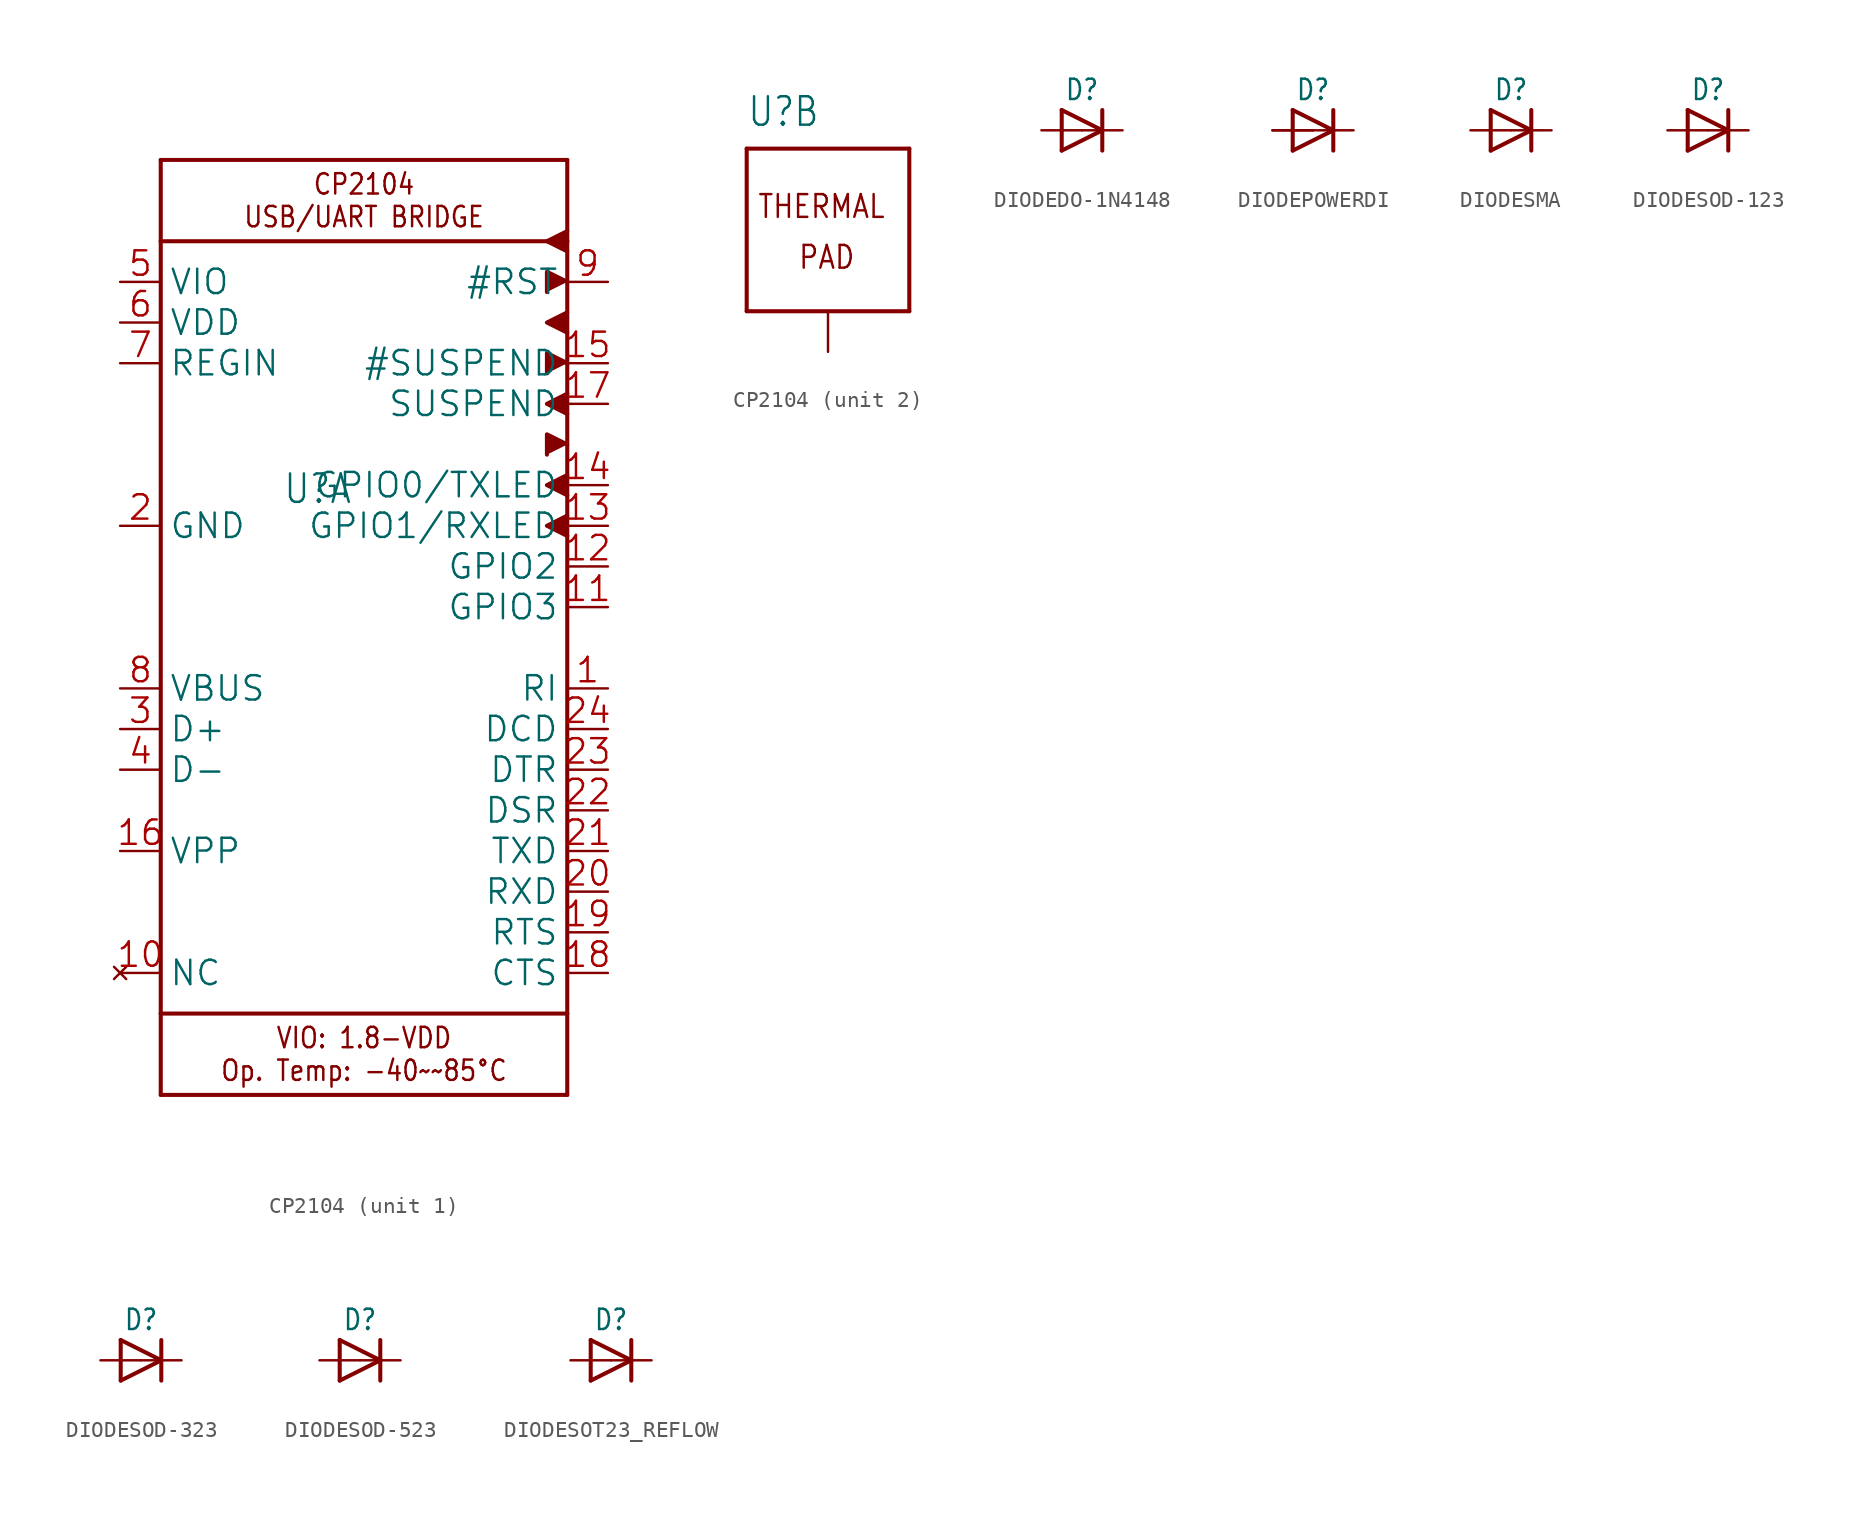
<source format=kicad_sym>
(kicad_symbol_lib
  (version 20241209)
  (generator "kicad_symbol_editor")
  (generator_version "9.0")
  (symbol "CP2104"
    (property "Reference" "U"
      (at -5.08 6.35 0)
      (effects (font (size 1.778 1.511)) (justify left bottom)))
    (property "ki_locked" ""
      (at 0 0 0)
      (effects (font (size 1.27 1.27))))
    (symbol "CP2104_1_0"
      (polyline (pts (xy -12.7 27.94) (xy 12.7 27.94)) (stroke (width 0.254) (type solid)) (fill (type none)))
      (polyline (pts (xy -12.7 22.86) (xy -12.7 27.94)) (stroke (width 0.254) (type solid)) (fill (type none)))
      (polyline (pts (xy -12.7 22.86) (xy 12.7 22.86)) (stroke (width 0.254) (type solid)) (fill (type none)))
      (polyline (pts (xy -12.7 -25.4) (xy -12.7 22.86)) (stroke (width 0.254) (type solid)) (fill (type none)))
      (polyline (pts (xy -12.7 -25.4) (xy -12.7 -30.48)) (stroke (width 0.254) (type solid)) (fill (type none)))
      (polyline (pts (xy -12.7 -30.48) (xy 12.7 -30.48)) (stroke (width 0.254) (type solid)) (fill (type none)))
      (polyline (pts (xy 11.43 19.685) (xy 11.43 20.955) (xy 12.7 20.32)) (stroke (width 0.254) (type solid)) (fill (type outline)))
      (polyline (pts (xy 11.43 14.605) (xy 11.43 15.875) (xy 12.7 15.24)) (stroke (width 0.254) (type solid)) (fill (type outline)))
      (polyline (pts (xy 11.43 9.525) (xy 11.43 10.795) (xy 12.7 10.16)) (stroke (width 0.254) (type solid)) (fill (type outline)))
      (polyline (pts (xy 12.7 27.94) (xy 12.7 22.86)) (stroke (width 0.254) (type solid)) (fill (type none)))
      (polyline (pts (xy 12.7 22.86) (xy 12.7 -25.4)) (stroke (width 0.254) (type solid)) (fill (type none)))
      (polyline (pts (xy 12.7 22.225) (xy 11.43 22.86) (xy 12.7 23.495)) (stroke (width 0.254) (type solid)) (fill (type outline)))
      (polyline (pts (xy 12.7 17.145) (xy 11.43 17.78) (xy 12.7 18.415)) (stroke (width 0.254) (type solid)) (fill (type outline)))
      (polyline (pts (xy 12.7 12.065) (xy 11.43 12.7) (xy 12.7 13.335)) (stroke (width 0.254) (type solid)) (fill (type outline)))
      (polyline (pts (xy 12.7 6.985) (xy 11.43 7.62) (xy 12.7 8.255)) (stroke (width 0.254) (type solid)) (fill (type outline)))
      (polyline (pts (xy 12.7 4.445) (xy 11.43 5.08) (xy 12.7 5.715)) (stroke (width 0.254) (type solid)) (fill (type outline)))
      (polyline (pts (xy 12.7 -25.4) (xy -12.7 -25.4)) (stroke (width 0.254) (type solid)) (fill (type none)))
      (polyline (pts (xy 12.7 -30.48) (xy 12.7 -25.4)) (stroke (width 0.254) (type solid)) (fill (type none)))
      (text "CP2104\nUSB/UART BRIDGE" (at 0 25.4 0) (effects (font (size 1.27 1.079))))
      (text "VIO: 1.8-VDD\nOp. Temp: -40~~85°C" (at 0 -27.94 0) (effects (font (size 1.27 1.079))))
      (pin power_in line (at -15.24 20.32 0) (length 2.54) (name "VIO" (effects (font (size 1.524 1.524)))) (number "5" (effects (font (size 1.524 1.524)))))
      (pin power_in line (at -15.24 17.78 0) (length 2.54) (name "VDD" (effects (font (size 1.524 1.524)))) (number "6" (effects (font (size 1.524 1.524)))))
      (pin power_in line (at -15.24 15.24 0) (length 2.54) (name "REGIN" (effects (font (size 1.524 1.524)))) (number "7" (effects (font (size 1.524 1.524)))))
      (pin power_in line (at -15.24 5.08 0) (length 2.54) (name "GND" (effects (font (size 1.524 1.524)))) (number "2" (effects (font (size 1.524 1.524)))))
      (pin power_in line (at -15.24 -5.08 0) (length 2.54) (name "VBUS" (effects (font (size 1.524 1.524)))) (number "8" (effects (font (size 1.524 1.524)))))
      (pin bidirectional line (at -15.24 -7.62 0) (length 2.54) (name "D+" (effects (font (size 1.524 1.524)))) (number "3" (effects (font (size 1.524 1.524)))))
      (pin bidirectional line (at -15.24 -10.16 0) (length 2.54) (name "D-" (effects (font (size 1.524 1.524)))) (number "4" (effects (font (size 1.524 1.524)))))
      (pin bidirectional line (at -15.24 -15.24 0) (length 2.54) (name "VPP" (effects (font (size 1.524 1.524)))) (number "16" (effects (font (size 1.524 1.524)))))
      (pin no_connect line (at -15.24 -22.86 0) (length 2.54) (name "NC" (effects (font (size 1.524 1.524)))) (number "10" (effects (font (size 1.524 1.524)))))
      (pin bidirectional line (at 15.24 20.32 180) (length 2.54) (name "#RST" (effects (font (size 1.524 1.524)))) (number "9" (effects (font (size 1.524 1.524)))))
      (pin output line (at 15.24 15.24 180) (length 2.54) (name "#SUSPEND" (effects (font (size 1.524 1.524)))) (number "15" (effects (font (size 1.524 1.524)))))
      (pin output line (at 15.24 12.7 180) (length 2.54) (name "SUSPEND" (effects (font (size 1.524 1.524)))) (number "17" (effects (font (size 1.524 1.524)))))
      (pin bidirectional line (at 15.24 7.62 180) (length 2.54) (name "GPIO0/TXLED" (effects (font (size 1.524 1.524)))) (number "14" (effects (font (size 1.524 1.524)))))
      (pin bidirectional line (at 15.24 5.08 180) (length 2.54) (name "GPIO1/RXLED" (effects (font (size 1.524 1.524)))) (number "13" (effects (font (size 1.524 1.524)))))
      (pin bidirectional line (at 15.24 2.54 180) (length 2.54) (name "GPIO2" (effects (font (size 1.524 1.524)))) (number "12" (effects (font (size 1.524 1.524)))))
      (pin bidirectional line (at 15.24 0 180) (length 2.54) (name "GPIO3" (effects (font (size 1.524 1.524)))) (number "11" (effects (font (size 1.524 1.524)))))
      (pin input line (at 15.24 -5.08 180) (length 2.54) (name "RI" (effects (font (size 1.524 1.524)))) (number "1" (effects (font (size 1.524 1.524)))))
      (pin input line (at 15.24 -7.62 180) (length 2.54) (name "DCD" (effects (font (size 1.524 1.524)))) (number "24" (effects (font (size 1.524 1.524)))))
      (pin output line (at 15.24 -10.16 180) (length 2.54) (name "DTR" (effects (font (size 1.524 1.524)))) (number "23" (effects (font (size 1.524 1.524)))))
      (pin input line (at 15.24 -12.7 180) (length 2.54) (name "DSR" (effects (font (size 1.524 1.524)))) (number "22" (effects (font (size 1.524 1.524)))))
      (pin output line (at 15.24 -15.24 180) (length 2.54) (name "TXD" (effects (font (size 1.524 1.524)))) (number "21" (effects (font (size 1.524 1.524)))))
      (pin input line (at 15.24 -17.78 180) (length 2.54) (name "RXD" (effects (font (size 1.524 1.524)))) (number "20" (effects (font (size 1.524 1.524)))))
      (pin output line (at 15.24 -20.32 180) (length 2.54) (name "RTS" (effects (font (size 1.524 1.524)))) (number "19" (effects (font (size 1.524 1.524)))))
      (pin input line (at 15.24 -22.86 180) (length 2.54) (name "CTS" (effects (font (size 1.524 1.524)))) (number "18" (effects (font (size 1.524 1.524))))))
    (symbol "CP2104_2_0"
      (polyline (pts (xy -5.08 5.08) (xy 5.08 5.08)) (stroke (width 0.254) (type solid)) (fill (type none)))
      (polyline (pts (xy -5.08 -5.08) (xy -5.08 5.08)) (stroke (width 0.254) (type solid)) (fill (type none)))
      (polyline (pts (xy 5.08 5.08) (xy 5.08 -5.08)) (stroke (width 0.254) (type solid)) (fill (type none)))
      (polyline (pts (xy 5.08 -5.08) (xy -5.08 -5.08)) (stroke (width 0.254) (type solid)) (fill (type none)))
      (text "THERMAL" (at -4.445 0.635 0) (effects (font (size 1.422 1.209)) (justify left bottom)))
      (text "PAD" (at -1.905 -2.54 0) (effects (font (size 1.422 1.209)) (justify left bottom)))
      (pin power_in line (at 0 -7.62 90) (length 2.54) (name "TP" (effects (font (size 0 0)))) (number "THERM" (effects (font (size 0 0)))))))
  (symbol "DIODEDO-1N4148"
    (property "Reference" "D"
      (at 0 2.54 0)
      (effects (font (size 1.27 1.079))))
    (property "Value" ""
      (at 0 -2.5 0)
      (effects (font (size 1.27 1.079))))
    (property "ki_locked" ""
      (at 0 0 0)
      (effects (font (size 1.27 1.27))))
    (symbol "DIODEDO-1N4148_1_0"
      (polyline (pts (xy -1.27 1.27) (xy -1.27 -1.27)) (stroke (width 0.254) (type solid)) (fill (type none)))
      (polyline (pts (xy -1.27 -1.27) (xy 1.27 0)) (stroke (width 0.254) (type solid)) (fill (type none)))
      (polyline (pts (xy 1.27 1.27) (xy 1.27 0)) (stroke (width 0.254) (type solid)) (fill (type none)))
      (polyline (pts (xy 1.27 0) (xy -1.27 1.27)) (stroke (width 0.254) (type solid)) (fill (type none)))
      (polyline (pts (xy 1.27 0) (xy 1.27 -1.27)) (stroke (width 0.254) (type solid)) (fill (type none)))
      (pin passive line (at -2.54 0 0) (length 2.54) (name "A" (effects (font (size 0 0)))) (number "A" (effects (font (size 0 0)))))
      (pin passive line (at 2.54 0 180) (length 2.54) (name "C" (effects (font (size 0 0)))) (number "C" (effects (font (size 0 0)))))))
  (symbol "DIODEPOWERDI"
    (property "Reference" "D"
      (at 0 2.54 0)
      (effects (font (size 1.27 1.079))))
    (property "Value" ""
      (at 0 -2.5 0)
      (effects (font (size 1.27 1.079))))
    (property "ki_locked" ""
      (at 0 0 0)
      (effects (font (size 1.27 1.27))))
    (symbol "DIODEPOWERDI_1_0"
      (polyline (pts (xy -1.27 1.27) (xy -1.27 -1.27)) (stroke (width 0.254) (type solid)) (fill (type none)))
      (polyline (pts (xy -1.27 -1.27) (xy 1.27 0)) (stroke (width 0.254) (type solid)) (fill (type none)))
      (polyline (pts (xy 1.27 1.27) (xy 1.27 0)) (stroke (width 0.254) (type solid)) (fill (type none)))
      (polyline (pts (xy 1.27 0) (xy -1.27 1.27)) (stroke (width 0.254) (type solid)) (fill (type none)))
      (polyline (pts (xy 1.27 0) (xy 1.27 -1.27)) (stroke (width 0.254) (type solid)) (fill (type none)))
      (pin passive line (at -2.54 0 0) (length 2.54) (name "A" (effects (font (size 0 0)))) (number "A1" (effects (font (size 0 0)))))
      (pin passive line (at -2.54 0 0) (length 2.54) (name "A" (effects (font (size 0 0)))) (number "A2" (effects (font (size 0 0)))))
      (pin passive line (at 2.54 0 180) (length 2.54) (name "C" (effects (font (size 0 0)))) (number "C" (effects (font (size 0 0)))))))
  (symbol "DIODESMA"
    (property "Reference" "D"
      (at 0 2.54 0)
      (effects (font (size 1.27 1.079))))
    (property "Value" ""
      (at 0 -2.5 0)
      (effects (font (size 1.27 1.079))))
    (property "ki_locked" ""
      (at 0 0 0)
      (effects (font (size 1.27 1.27))))
    (symbol "DIODESMA_1_0"
      (polyline (pts (xy -1.27 1.27) (xy -1.27 -1.27)) (stroke (width 0.254) (type solid)) (fill (type none)))
      (polyline (pts (xy -1.27 -1.27) (xy 1.27 0)) (stroke (width 0.254) (type solid)) (fill (type none)))
      (polyline (pts (xy 1.27 1.27) (xy 1.27 0)) (stroke (width 0.254) (type solid)) (fill (type none)))
      (polyline (pts (xy 1.27 0) (xy -1.27 1.27)) (stroke (width 0.254) (type solid)) (fill (type none)))
      (polyline (pts (xy 1.27 0) (xy 1.27 -1.27)) (stroke (width 0.254) (type solid)) (fill (type none)))
      (pin passive line (at -2.54 0 0) (length 2.54) (name "A" (effects (font (size 0 0)))) (number "A" (effects (font (size 0 0)))))
      (pin passive line (at 2.54 0 180) (length 2.54) (name "C" (effects (font (size 0 0)))) (number "C" (effects (font (size 0 0)))))))
  (symbol "DIODESOD-123"
    (property "Reference" "D"
      (at 0 2.54 0)
      (effects (font (size 1.27 1.079))))
    (property "Value" ""
      (at 0 -2.5 0)
      (effects (font (size 1.27 1.079))))
    (property "ki_locked" ""
      (at 0 0 0)
      (effects (font (size 1.27 1.27))))
    (symbol "DIODESOD-123_1_0"
      (polyline (pts (xy -1.27 1.27) (xy -1.27 -1.27)) (stroke (width 0.254) (type solid)) (fill (type none)))
      (polyline (pts (xy -1.27 -1.27) (xy 1.27 0)) (stroke (width 0.254) (type solid)) (fill (type none)))
      (polyline (pts (xy 1.27 1.27) (xy 1.27 0)) (stroke (width 0.254) (type solid)) (fill (type none)))
      (polyline (pts (xy 1.27 0) (xy -1.27 1.27)) (stroke (width 0.254) (type solid)) (fill (type none)))
      (polyline (pts (xy 1.27 0) (xy 1.27 -1.27)) (stroke (width 0.254) (type solid)) (fill (type none)))
      (pin passive line (at -2.54 0 0) (length 2.54) (name "A" (effects (font (size 0 0)))) (number "A" (effects (font (size 0 0)))))
      (pin passive line (at 2.54 0 180) (length 2.54) (name "C" (effects (font (size 0 0)))) (number "C" (effects (font (size 0 0)))))))
  (symbol "DIODESOD-323"
    (property "Reference" "D"
      (at 0 2.54 0)
      (effects (font (size 1.27 1.079))))
    (property "Value" ""
      (at 0 -2.5 0)
      (effects (font (size 1.27 1.079))))
    (property "ki_locked" ""
      (at 0 0 0)
      (effects (font (size 1.27 1.27))))
    (symbol "DIODESOD-323_1_0"
      (polyline (pts (xy -1.27 1.27) (xy -1.27 -1.27)) (stroke (width 0.254) (type solid)) (fill (type none)))
      (polyline (pts (xy -1.27 -1.27) (xy 1.27 0)) (stroke (width 0.254) (type solid)) (fill (type none)))
      (polyline (pts (xy 1.27 1.27) (xy 1.27 0)) (stroke (width 0.254) (type solid)) (fill (type none)))
      (polyline (pts (xy 1.27 0) (xy -1.27 1.27)) (stroke (width 0.254) (type solid)) (fill (type none)))
      (polyline (pts (xy 1.27 0) (xy 1.27 -1.27)) (stroke (width 0.254) (type solid)) (fill (type none)))
      (pin passive line (at -2.54 0 0) (length 2.54) (name "A" (effects (font (size 0 0)))) (number "A" (effects (font (size 0 0)))))
      (pin passive line (at 2.54 0 180) (length 2.54) (name "C" (effects (font (size 0 0)))) (number "C" (effects (font (size 0 0)))))))
  (symbol "DIODESOD-523"
    (property "Reference" "D"
      (at 0 2.54 0)
      (effects (font (size 1.27 1.079))))
    (property "Value" ""
      (at 0 -2.5 0)
      (effects (font (size 1.27 1.079))))
    (property "ki_locked" ""
      (at 0 0 0)
      (effects (font (size 1.27 1.27))))
    (symbol "DIODESOD-523_1_0"
      (polyline (pts (xy -1.27 1.27) (xy -1.27 -1.27)) (stroke (width 0.254) (type solid)) (fill (type none)))
      (polyline (pts (xy -1.27 -1.27) (xy 1.27 0)) (stroke (width 0.254) (type solid)) (fill (type none)))
      (polyline (pts (xy 1.27 1.27) (xy 1.27 0)) (stroke (width 0.254) (type solid)) (fill (type none)))
      (polyline (pts (xy 1.27 0) (xy -1.27 1.27)) (stroke (width 0.254) (type solid)) (fill (type none)))
      (polyline (pts (xy 1.27 0) (xy 1.27 -1.27)) (stroke (width 0.254) (type solid)) (fill (type none)))
      (pin passive line (at -2.54 0 0) (length 2.54) (name "A" (effects (font (size 0 0)))) (number "A" (effects (font (size 0 0)))))
      (pin passive line (at 2.54 0 180) (length 2.54) (name "C" (effects (font (size 0 0)))) (number "K" (effects (font (size 0 0)))))))
  (symbol "DIODESOT23_REFLOW"
    (property "Reference" "D"
      (at 0 2.54 0)
      (effects (font (size 1.27 1.079))))
    (property "Value" ""
      (at 0 -2.5 0)
      (effects (font (size 1.27 1.079))))
    (property "ki_locked" ""
      (at 0 0 0)
      (effects (font (size 1.27 1.27))))
    (symbol "DIODESOT23_REFLOW_1_0"
      (polyline (pts (xy -1.27 1.27) (xy -1.27 -1.27)) (stroke (width 0.254) (type solid)) (fill (type none)))
      (polyline (pts (xy -1.27 -1.27) (xy 1.27 0)) (stroke (width 0.254) (type solid)) (fill (type none)))
      (polyline (pts (xy 1.27 1.27) (xy 1.27 0)) (stroke (width 0.254) (type solid)) (fill (type none)))
      (polyline (pts (xy 1.27 0) (xy -1.27 1.27)) (stroke (width 0.254) (type solid)) (fill (type none)))
      (polyline (pts (xy 1.27 0) (xy 1.27 -1.27)) (stroke (width 0.254) (type solid)) (fill (type none)))
      (pin passive line (at -2.54 0 0) (length 2.54) (name "A" (effects (font (size 0 0)))) (number "1" (effects (font (size 0 0)))))
      (pin passive line (at 2.54 0 180) (length 2.54) (name "C" (effects (font (size 0 0)))) (number "3" (effects (font (size 0 0))))))))
</source>
